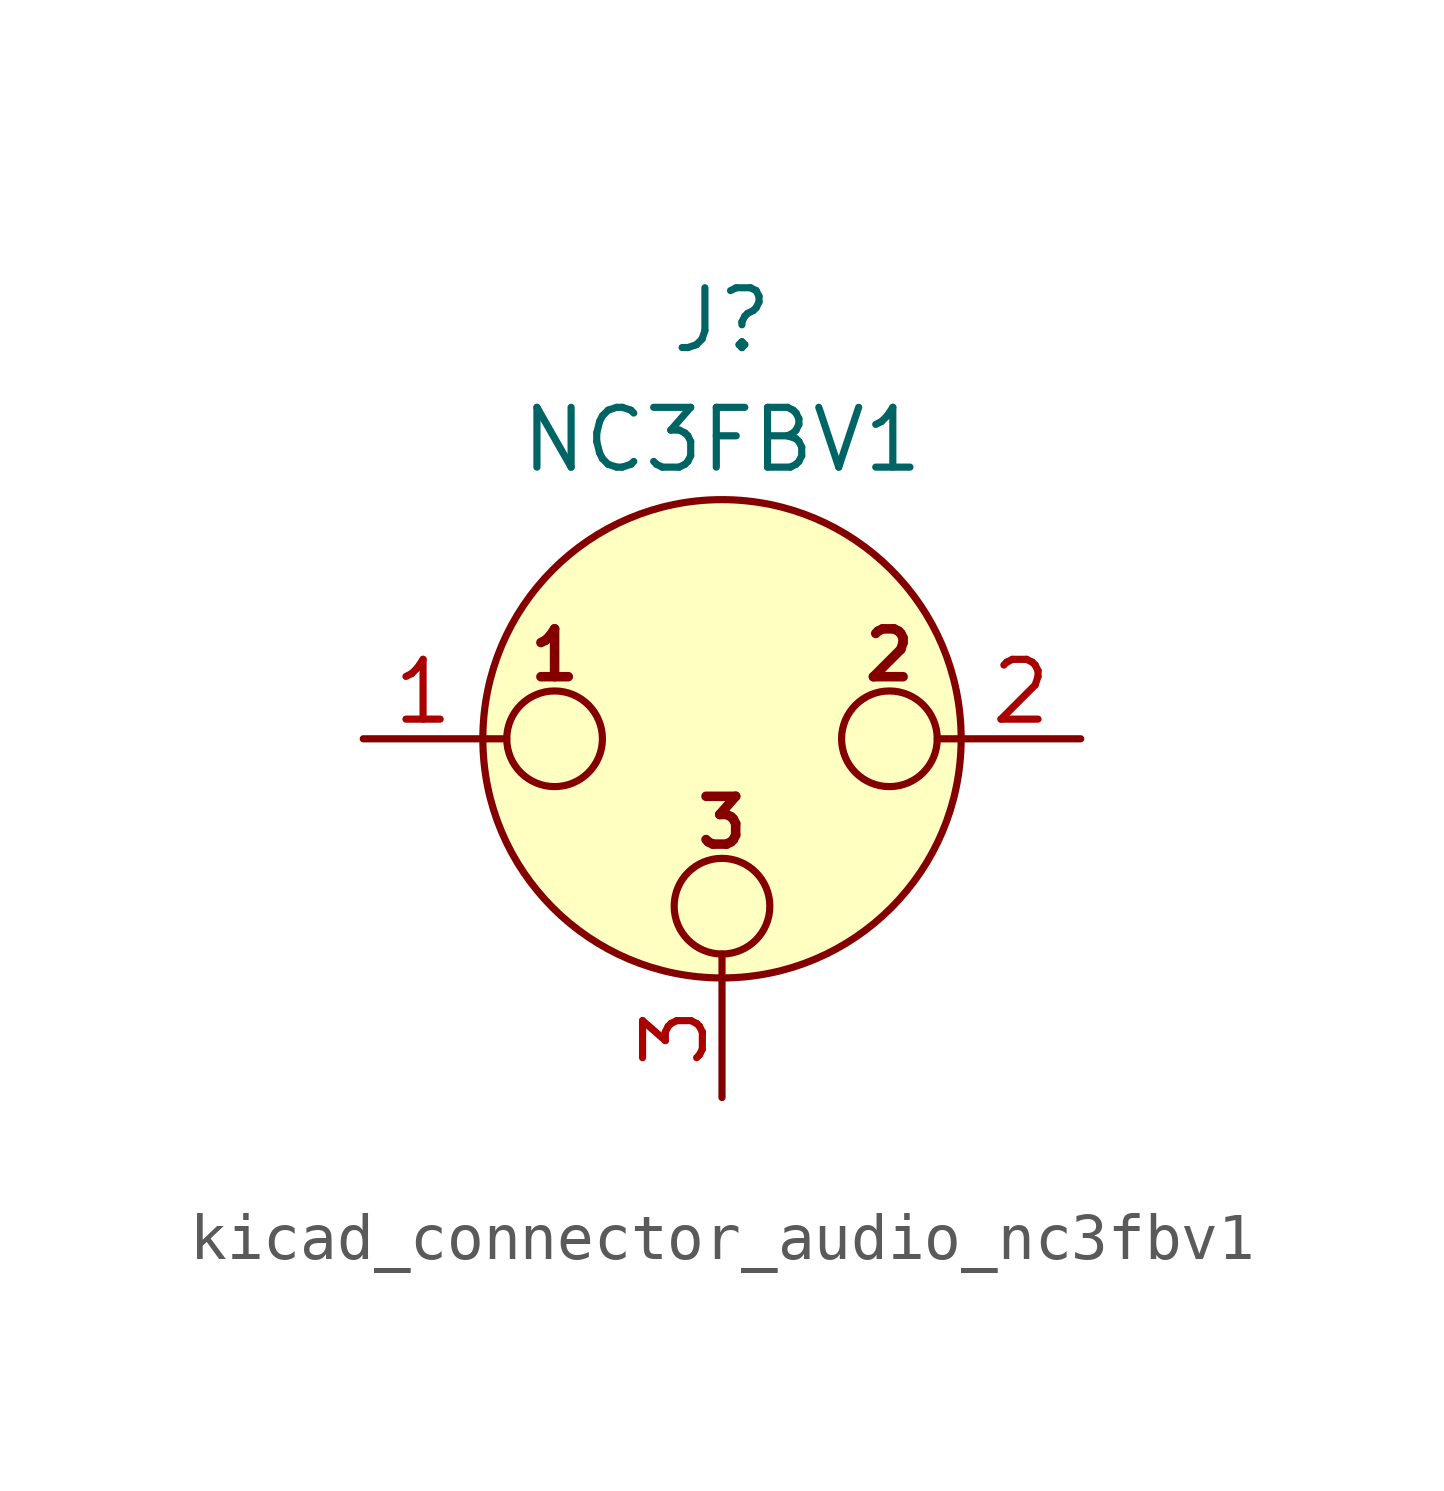
<source format=kicad_sym>
(kicad_symbol_lib
  (version 20220914)
  (generator kicad_symbol_editor)
  (symbol "kicad_connector_audio_nc3fbv1"
    (pin_names hide)
    (property "Reference" "J"
      (at 0 8.89 0)
      (effects (font (size 1.27 1.27))))
    (property "Value" "NC3FBV1"
      (at 0 6.35 0)
      (effects (font (size 1.27 1.27))))
    (symbol "kicad_connector_audio_nc3fbv1_0_1"
      (circle (center -3.556 0) (radius 1.016) (stroke (width 0) (type default)) (fill (type none)))
      (circle (center 0 -3.556) (radius 1.016) (stroke (width 0) (type default)) (fill (type none)))
      (polyline (pts (xy -5.08 0) (xy -4.572 0)) (stroke (width 0) (type default)) (fill (type none)))
      (polyline (pts (xy 0 -5.08) (xy 0 -4.572)) (stroke (width 0) (type default)) (fill (type none)))
      (polyline (pts (xy 5.08 0) (xy 4.572 0)) (stroke (width 0) (type default)) (fill (type none)))
      (circle (center 0 0) (radius 5.08) (stroke (width 0) (type default)) (fill (type background)))
      (circle (center 3.556 0) (radius 1.016) (stroke (width 0) (type default)) (fill (type none)))
      (text "1" (at -3.556 1.778 0) (effects (font (size 1.016 1.016) bold)))
      (text "2" (at 3.556 1.778 0) (effects (font (size 1.016 1.016) bold)))
      (text "3" (at 0 -1.778 0) (effects (font (size 1.016 1.016) bold)))
      (pin passive line (at -7.62 0 0) (length 2.54) (name "~" (effects (font (size 1.27 1.27)))) (number "1" (effects (font (size 1.27 1.27)))))
      (pin passive line (at 7.62 0 180) (length 2.54) (name "~" (effects (font (size 1.27 1.27)))) (number "2" (effects (font (size 1.27 1.27)))))
      (pin passive line (at 0 -7.62 90) (length 2.54) (name "~" (effects (font (size 1.27 1.27)))) (number "3" (effects (font (size 1.27 1.27))))))))
</source>
